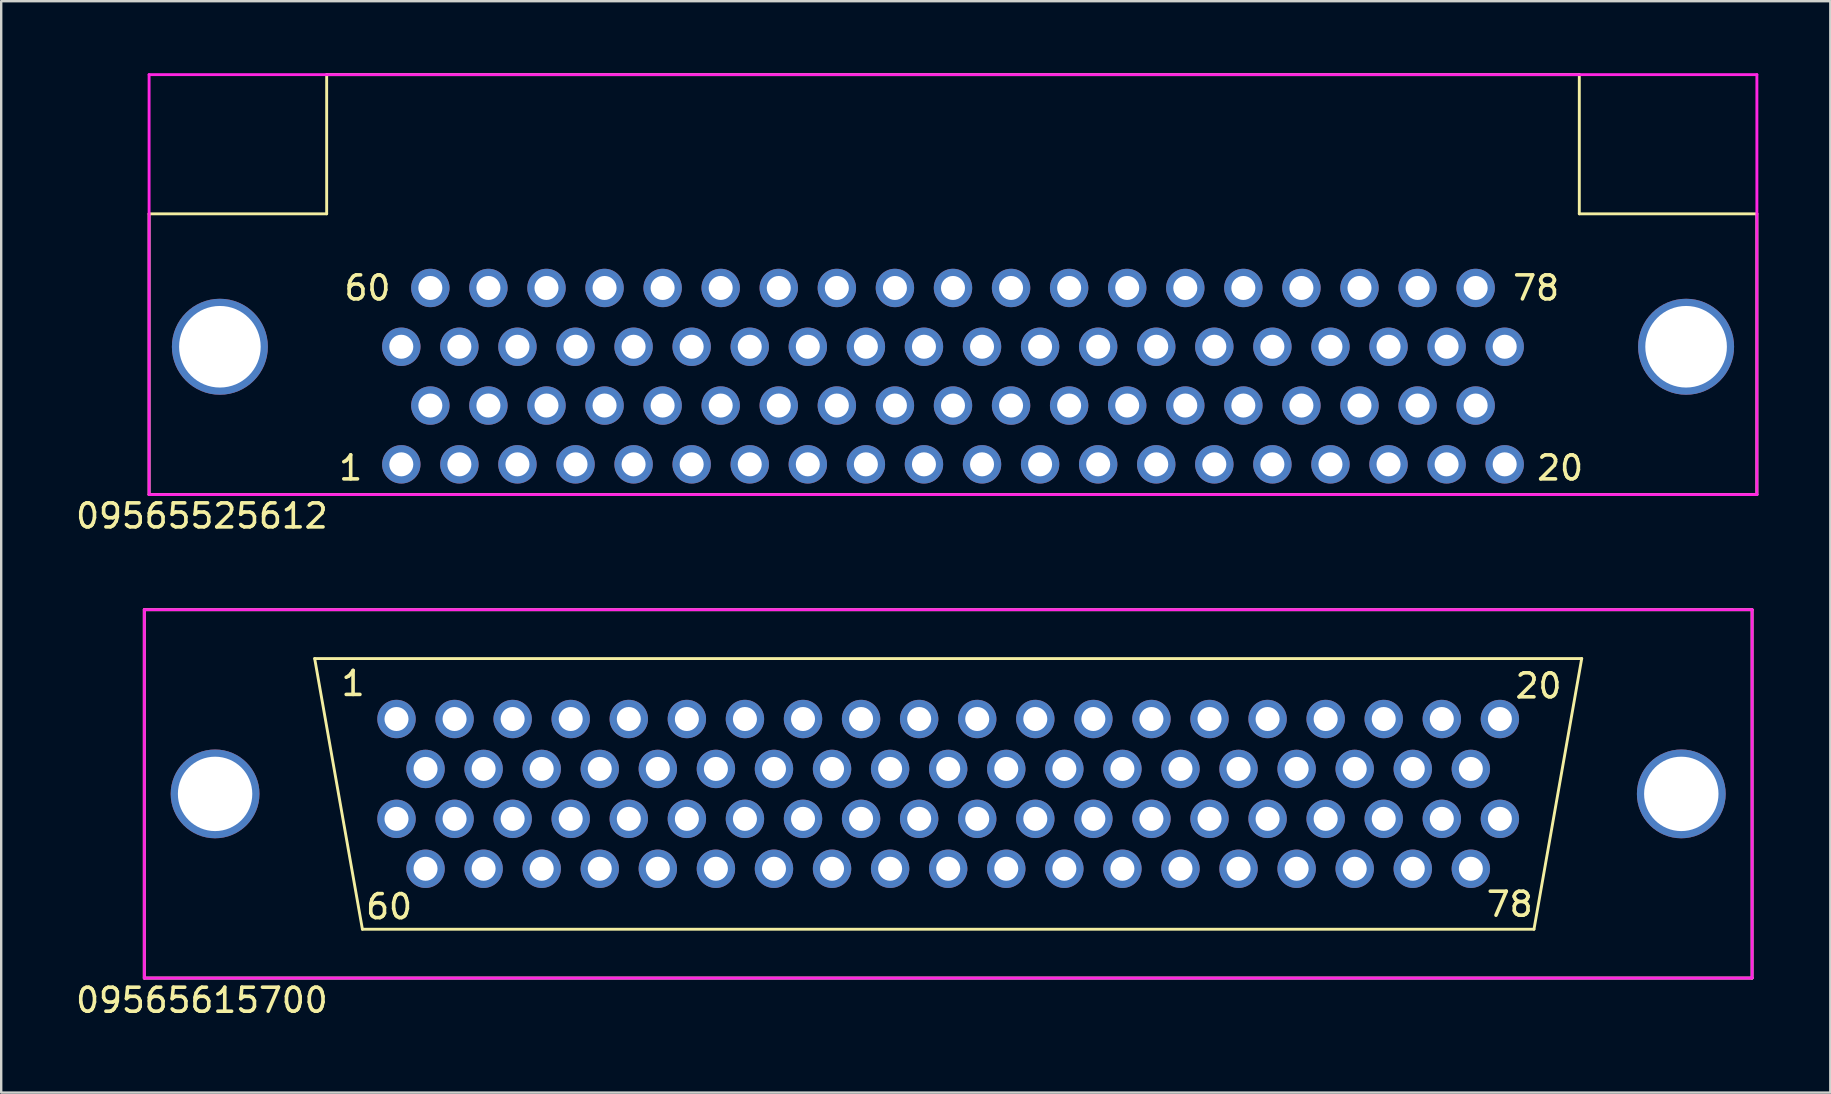
<source format=kicad_pcb>
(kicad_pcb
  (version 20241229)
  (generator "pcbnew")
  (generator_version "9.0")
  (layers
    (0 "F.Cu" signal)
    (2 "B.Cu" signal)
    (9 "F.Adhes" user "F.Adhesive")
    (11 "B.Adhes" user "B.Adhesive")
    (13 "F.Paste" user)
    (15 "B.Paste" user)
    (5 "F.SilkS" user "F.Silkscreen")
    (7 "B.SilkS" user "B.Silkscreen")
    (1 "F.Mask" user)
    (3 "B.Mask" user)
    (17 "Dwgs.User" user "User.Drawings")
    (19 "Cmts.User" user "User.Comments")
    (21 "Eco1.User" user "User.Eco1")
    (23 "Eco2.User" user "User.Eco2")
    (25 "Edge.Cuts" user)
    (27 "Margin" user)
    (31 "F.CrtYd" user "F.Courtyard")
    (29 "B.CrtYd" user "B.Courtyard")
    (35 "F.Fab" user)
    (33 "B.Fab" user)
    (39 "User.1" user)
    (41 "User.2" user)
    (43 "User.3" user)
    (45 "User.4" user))
  (footprint "09565615700"
    (layer "F.Cu")
    (at 36.463 30.033)
    (property "Reference" "09565615700" (at -31.1 8.6 0) (layer "F.SilkS") (effects (font (size 1 1) (thickness 0.15))))
    (attr through_hole)
    (fp_line (start -33.5 -7.675) (end 33.5 -7.675) (stroke (width 0.12) (type solid)) (layer "F.SilkS"))
    (fp_line (start -33.5 7.675) (end -33.5 -7.675) (stroke (width 0.12) (type solid)) (layer "F.SilkS"))
    (fp_line (start -26.4 -5.64) (end -24.411 5.64) (stroke (width 0.12) (type solid)) (layer "F.SilkS"))
    (fp_line (start -26.4 -5.64) (end 26.4 -5.64) (stroke (width 0.12) (type solid)) (layer "F.SilkS"))
    (fp_line (start -24.411 5.64) (end 24.411 5.64) (stroke (width 0.12) (type solid)) (layer "F.SilkS"))
    (fp_line (start 26.4 -5.64) (end 24.411 5.64) (stroke (width 0.12) (type solid)) (layer "F.SilkS"))
    (fp_line (start 33.5 -7.675) (end 33.5 7.675) (stroke (width 0.12) (type solid)) (layer "F.SilkS"))
    (fp_line (start 33.5 7.675) (end -33.5 7.675) (stroke (width 0.12) (type solid)) (layer "F.SilkS"))
    (fp_line (start -33.5 -7.675) (end 33.5 -7.675) (stroke (width 0.12) (type solid)) (layer "F.CrtYd"))
    (fp_line (start -33.5 7.675) (end -33.5 -7.675) (stroke (width 0.12) (type solid)) (layer "F.CrtYd"))
    (fp_line (start 33.5 -7.675) (end 33.5 7.675) (stroke (width 0.12) (type solid)) (layer "F.CrtYd"))
    (fp_line (start 33.5 7.675) (end -33.5 7.675) (stroke (width 0.12) (type solid)) (layer "F.CrtYd"))
    (fp_text user "78" (at 23.4 4.6 180) (layer "F.SilkS") (effects (font (size 1 1) (thickness 0.15))))
    (fp_text user "1" (at -24.8 -4.6 0) (layer "F.SilkS") (effects (font (size 1 1) (thickness 0.15))))
    (fp_text user "20" (at 24.6 -4.5 180) (layer "F.SilkS") (effects (font (size 1 1) (thickness 0.15))))
    (fp_text user "60" (at -23.3 4.7 180) (layer "F.SilkS") (effects (font (size 1 1) (thickness 0.15))))
    (pad "1" thru_hole circle (at -22.99 -3.12 180) (size 1.6 1.6) (drill 1) (layers "*.Cu" "*.Mask"))
    (pad "2" thru_hole circle (at -20.57 -3.12 180) (size 1.6 1.6) (drill 1) (layers "*.Cu" "*.Mask"))
    (pad "3" thru_hole circle (at -18.15 -3.12 180) (size 1.6 1.6) (drill 1) (layers "*.Cu" "*.Mask"))
    (pad "4" thru_hole circle (at -15.73 -3.12 180) (size 1.6 1.6) (drill 1) (layers "*.Cu" "*.Mask"))
    (pad "5" thru_hole circle (at -13.31 -3.12 180) (size 1.6 1.6) (drill 1) (layers "*.Cu" "*.Mask"))
    (pad "6" thru_hole circle (at -10.89 -3.12 180) (size 1.6 1.6) (drill 1) (layers "*.Cu" "*.Mask"))
    (pad "7" thru_hole circle (at -8.47 -3.12 180) (size 1.6 1.6) (drill 1) (layers "*.Cu" "*.Mask"))
    (pad "8" thru_hole circle (at -6.05 -3.12 180) (size 1.6 1.6) (drill 1) (layers "*.Cu" "*.Mask"))
    (pad "9" thru_hole circle (at -3.63 -3.12 180) (size 1.6 1.6) (drill 1) (layers "*.Cu" "*.Mask"))
    (pad "10" thru_hole circle (at -1.21 -3.12 180) (size 1.6 1.6) (drill 1) (layers "*.Cu" "*.Mask"))
    (pad "11" thru_hole circle (at 1.21 -3.12 180) (size 1.6 1.6) (drill 1) (layers "*.Cu" "*.Mask"))
    (pad "12" thru_hole circle (at 3.63 -3.12 180) (size 1.6 1.6) (drill 1) (layers "*.Cu" "*.Mask"))
    (pad "13" thru_hole circle (at 6.05 -3.12 180) (size 1.6 1.6) (drill 1) (layers "*.Cu" "*.Mask"))
    (pad "14" thru_hole circle (at 8.47 -3.12 180) (size 1.6 1.6) (drill 1) (layers "*.Cu" "*.Mask"))
    (pad "15" thru_hole circle (at 10.89 -3.12 180) (size 1.6 1.6) (drill 1) (layers "*.Cu" "*.Mask"))
    (pad "16" thru_hole circle (at 13.31 -3.12 180) (size 1.6 1.6) (drill 1) (layers "*.Cu" "*.Mask"))
    (pad "17" thru_hole circle (at 15.73 -3.12 180) (size 1.6 1.6) (drill 1) (layers "*.Cu" "*.Mask"))
    (pad "18" thru_hole circle (at 18.15 -3.12 180) (size 1.6 1.6) (drill 1) (layers "*.Cu" "*.Mask"))
    (pad "19" thru_hole circle (at 20.57 -3.12 180) (size 1.6 1.6) (drill 1) (layers "*.Cu" "*.Mask"))
    (pad "20" thru_hole circle (at 22.99 -3.12 180) (size 1.6 1.6) (drill 1) (layers "*.Cu" "*.Mask"))
    (pad "21" thru_hole circle (at -21.78 -1.04 180) (size 1.6 1.6) (drill 1) (layers "*.Cu" "*.Mask"))
    (pad "22" thru_hole circle (at -19.36 -1.04 180) (size 1.6 1.6) (drill 1) (layers "*.Cu" "*.Mask"))
    (pad "23" thru_hole circle (at -16.94 -1.04 180) (size 1.6 1.6) (drill 1) (layers "*.Cu" "*.Mask"))
    (pad "24" thru_hole circle (at -14.52 -1.04 180) (size 1.6 1.6) (drill 1) (layers "*.Cu" "*.Mask"))
    (pad "25" thru_hole circle (at -12.1 -1.04 180) (size 1.6 1.6) (drill 1) (layers "*.Cu" "*.Mask"))
    (pad "26" thru_hole circle (at -9.68 -1.04 180) (size 1.6 1.6) (drill 1) (layers "*.Cu" "*.Mask"))
    (pad "27" thru_hole circle (at -7.26 -1.04 180) (size 1.6 1.6) (drill 1) (layers "*.Cu" "*.Mask"))
    (pad "28" thru_hole circle (at -4.84 -1.04 180) (size 1.6 1.6) (drill 1) (layers "*.Cu" "*.Mask"))
    (pad "29" thru_hole circle (at -2.42 -1.04 180) (size 1.6 1.6) (drill 1) (layers "*.Cu" "*.Mask"))
    (pad "30" thru_hole circle (at 0 -1.04 180) (size 1.6 1.6) (drill 1) (layers "*.Cu" "*.Mask"))
    (pad "31" thru_hole circle (at 2.42 -1.04 180) (size 1.6 1.6) (drill 1) (layers "*.Cu" "*.Mask"))
    (pad "32" thru_hole circle (at 4.84 -1.04 180) (size 1.6 1.6) (drill 1) (layers "*.Cu" "*.Mask"))
    (pad "33" thru_hole circle (at 7.26 -1.04 180) (size 1.6 1.6) (drill 1) (layers "*.Cu" "*.Mask"))
    (pad "34" thru_hole circle (at 9.68 -1.04 180) (size 1.6 1.6) (drill 1) (layers "*.Cu" "*.Mask"))
    (pad "35" thru_hole circle (at 12.1 -1.04 180) (size 1.6 1.6) (drill 1) (layers "*.Cu" "*.Mask"))
    (pad "36" thru_hole circle (at 14.52 -1.04 180) (size 1.6 1.6) (drill 1) (layers "*.Cu" "*.Mask"))
    (pad "37" thru_hole circle (at 16.94 -1.04 180) (size 1.6 1.6) (drill 1) (layers "*.Cu" "*.Mask"))
    (pad "38" thru_hole circle (at 19.36 -1.04 180) (size 1.6 1.6) (drill 1) (layers "*.Cu" "*.Mask"))
    (pad "39" thru_hole circle (at 21.78 -1.04 180) (size 1.6 1.6) (drill 1) (layers "*.Cu" "*.Mask"))
    (pad "40" thru_hole circle (at -22.99 1.04 180) (size 1.6 1.6) (drill 1) (layers "*.Cu" "*.Mask"))
    (pad "41" thru_hole circle (at -20.57 1.04 180) (size 1.6 1.6) (drill 1) (layers "*.Cu" "*.Mask"))
    (pad "42" thru_hole circle (at -18.15 1.04 180) (size 1.6 1.6) (drill 1) (layers "*.Cu" "*.Mask"))
    (pad "43" thru_hole circle (at -15.73 1.04 180) (size 1.6 1.6) (drill 1) (layers "*.Cu" "*.Mask"))
    (pad "44" thru_hole circle (at -13.31 1.04 180) (size 1.6 1.6) (drill 1) (layers "*.Cu" "*.Mask"))
    (pad "45" thru_hole circle (at -10.89 1.04 180) (size 1.6 1.6) (drill 1) (layers "*.Cu" "*.Mask"))
    (pad "46" thru_hole circle (at -8.47 1.04 180) (size 1.6 1.6) (drill 1) (layers "*.Cu" "*.Mask"))
    (pad "47" thru_hole circle (at -6.05 1.04 180) (size 1.6 1.6) (drill 1) (layers "*.Cu" "*.Mask"))
    (pad "48" thru_hole circle (at -3.63 1.04 180) (size 1.6 1.6) (drill 1) (layers "*.Cu" "*.Mask"))
    (pad "49" thru_hole circle (at -1.21 1.04 180) (size 1.6 1.6) (drill 1) (layers "*.Cu" "*.Mask"))
    (pad "50" thru_hole circle (at 1.21 1.04 180) (size 1.6 1.6) (drill 1) (layers "*.Cu" "*.Mask"))
    (pad "51" thru_hole circle (at 3.63 1.04 180) (size 1.6 1.6) (drill 1) (layers "*.Cu" "*.Mask"))
    (pad "52" thru_hole circle (at 6.05 1.04 180) (size 1.6 1.6) (drill 1) (layers "*.Cu" "*.Mask"))
    (pad "53" thru_hole circle (at 8.47 1.04 180) (size 1.6 1.6) (drill 1) (layers "*.Cu" "*.Mask"))
    (pad "54" thru_hole circle (at 10.89 1.04 180) (size 1.6 1.6) (drill 1) (layers "*.Cu" "*.Mask"))
    (pad "55" thru_hole circle (at 13.31 1.04 180) (size 1.6 1.6) (drill 1) (layers "*.Cu" "*.Mask"))
    (pad "56" thru_hole circle (at 15.73 1.04 180) (size 1.6 1.6) (drill 1) (layers "*.Cu" "*.Mask"))
    (pad "57" thru_hole circle (at 18.15 1.04 180) (size 1.6 1.6) (drill 1) (layers "*.Cu" "*.Mask"))
    (pad "58" thru_hole circle (at 20.57 1.04 180) (size 1.6 1.6) (drill 1) (layers "*.Cu" "*.Mask"))
    (pad "59" thru_hole circle (at 22.99 1.04 180) (size 1.6 1.6) (drill 1) (layers "*.Cu" "*.Mask"))
    (pad "60" thru_hole circle (at -21.78 3.12 180) (size 1.6 1.6) (drill 1) (layers "*.Cu" "*.Mask"))
    (pad "61" thru_hole circle (at -19.36 3.12 180) (size 1.6 1.6) (drill 1) (layers "*.Cu" "*.Mask"))
    (pad "62" thru_hole circle (at -16.94 3.12 180) (size 1.6 1.6) (drill 1) (layers "*.Cu" "*.Mask"))
    (pad "63" thru_hole circle (at -14.52 3.12 180) (size 1.6 1.6) (drill 1) (layers "*.Cu" "*.Mask"))
    (pad "64" thru_hole circle (at -12.1 3.12 180) (size 1.6 1.6) (drill 1) (layers "*.Cu" "*.Mask"))
    (pad "65" thru_hole circle (at -9.68 3.12 180) (size 1.6 1.6) (drill 1) (layers "*.Cu" "*.Mask"))
    (pad "66" thru_hole circle (at -7.26 3.12 180) (size 1.6 1.6) (drill 1) (layers "*.Cu" "*.Mask"))
    (pad "67" thru_hole circle (at -4.84 3.12 180) (size 1.6 1.6) (drill 1) (layers "*.Cu" "*.Mask"))
    (pad "68" thru_hole circle (at -2.42 3.12 180) (size 1.6 1.6) (drill 1) (layers "*.Cu" "*.Mask"))
    (pad "69" thru_hole circle (at 0 3.12 180) (size 1.6 1.6) (drill 1) (layers "*.Cu" "*.Mask"))
    (pad "70" thru_hole circle (at 2.42 3.12 180) (size 1.6 1.6) (drill 1) (layers "*.Cu" "*.Mask"))
    (pad "71" thru_hole circle (at 4.84 3.12 180) (size 1.6 1.6) (drill 1) (layers "*.Cu" "*.Mask"))
    (pad "72" thru_hole circle (at 7.26 3.12 180) (size 1.6 1.6) (drill 1) (layers "*.Cu" "*.Mask"))
    (pad "73" thru_hole circle (at 9.68 3.12 180) (size 1.6 1.6) (drill 1) (layers "*.Cu" "*.Mask"))
    (pad "74" thru_hole circle (at 12.1 3.12 180) (size 1.6 1.6) (drill 1) (layers "*.Cu" "*.Mask"))
    (pad "75" thru_hole circle (at 14.52 3.12 180) (size 1.6 1.6) (drill 1) (layers "*.Cu" "*.Mask"))
    (pad "76" thru_hole circle (at 16.94 3.12 180) (size 1.6 1.6) (drill 1) (layers "*.Cu" "*.Mask"))
    (pad "77" thru_hole circle (at 19.36 3.12 180) (size 1.6 1.6) (drill 1) (layers "*.Cu" "*.Mask"))
    (pad "78" thru_hole circle (at 21.78 3.12 180) (size 1.6 1.6) (drill 1) (layers "*.Cu" "*.Mask"))
    (pad "SLD" thru_hole circle (at -30.55 0) (size 3.7 3.7) (drill 3.1) (layers "*.Cu" "*.Mask"))
    (pad "SLD" thru_hole circle (at 30.55 0) (size 3.7 3.7) (drill 3.1) (layers "*.Cu" "*.Mask")))
  (footprint "09565525612"
    (layer "F.Cu")
    (at 36.663 8.95)
    (property "Reference" "09565525612" (at -31.3 9.5 0) (layer "F.SilkS") (effects (font (size 1 1) (thickness 0.15))))
    (attr through_hole)
    (fp_line (start -33.5 -3.09) (end -26.1 -3.09) (stroke (width 0.12) (type solid)) (layer "F.SilkS"))
    (fp_line (start -33.5 8.61) (end -33.5 -3.09) (stroke (width 0.12) (type solid)) (layer "F.SilkS"))
    (fp_line (start -26.1 -8.89) (end -26.1 -3.09) (stroke (width 0.12) (type solid)) (layer "F.SilkS"))
    (fp_line (start -26.1 -8.89) (end 26.1 -8.89) (stroke (width 0.12) (type solid)) (layer "F.SilkS"))
    (fp_line (start 26.1 -8.89) (end 26.1 -3.09) (stroke (width 0.12) (type solid)) (layer "F.SilkS"))
    (fp_line (start 33.5 -3.09) (end 26.1 -3.09) (stroke (width 0.12) (type solid)) (layer "F.SilkS"))
    (fp_line (start 33.5 -3.09) (end 33.5 8.61) (stroke (width 0.12) (type solid)) (layer "F.SilkS"))
    (fp_line (start 33.5 8.61) (end -33.5 8.61) (stroke (width 0.12) (type solid)) (layer "F.SilkS"))
    (fp_line (start -33.5 -8.89) (end 33.5 -8.89) (stroke (width 0.12) (type solid)) (layer "F.CrtYd"))
    (fp_line (start -33.5 8.61) (end -33.5 -8.89) (stroke (width 0.12) (type solid)) (layer "F.CrtYd"))
    (fp_line (start 33.5 -8.89) (end 33.5 8.61) (stroke (width 0.12) (type solid)) (layer "F.CrtYd"))
    (fp_line (start 33.5 8.61) (end -33.5 8.61) (stroke (width 0.12) (type solid)) (layer "F.CrtYd"))
    (fp_text user "1" (at -25.1 7.5 0) (layer "F.SilkS") (effects (font (size 1 1) (thickness 0.15))))
    (fp_text user "20" (at 25.3 7.5 0) (layer "F.SilkS") (effects (font (size 1 1) (thickness 0.15))))
    (fp_text user "78" (at 24.3 0 0) (layer "F.SilkS") (effects (font (size 1 1) (thickness 0.15))))
    (fp_text user "60" (at -24.4 0 0) (layer "F.SilkS") (effects (font (size 1 1) (thickness 0.15))))
    (pad "1" thru_hole circle (at -22.99 7.35) (size 1.6 1.6) (drill 1) (layers "*.Cu" "*.Mask"))
    (pad "2" thru_hole circle (at -20.57 7.35) (size 1.6 1.6) (drill 1) (layers "*.Cu" "*.Mask"))
    (pad "3" thru_hole circle (at -18.15 7.35) (size 1.6 1.6) (drill 1) (layers "*.Cu" "*.Mask"))
    (pad "4" thru_hole circle (at -15.73 7.35) (size 1.6 1.6) (drill 1) (layers "*.Cu" "*.Mask"))
    (pad "5" thru_hole circle (at -13.31 7.35) (size 1.6 1.6) (drill 1) (layers "*.Cu" "*.Mask"))
    (pad "6" thru_hole circle (at -10.89 7.35) (size 1.6 1.6) (drill 1) (layers "*.Cu" "*.Mask"))
    (pad "7" thru_hole circle (at -8.47 7.35) (size 1.6 1.6) (drill 1) (layers "*.Cu" "*.Mask"))
    (pad "8" thru_hole circle (at -6.05 7.35) (size 1.6 1.6) (drill 1) (layers "*.Cu" "*.Mask"))
    (pad "9" thru_hole circle (at -3.63 7.35) (size 1.6 1.6) (drill 1) (layers "*.Cu" "*.Mask"))
    (pad "10" thru_hole circle (at -1.21 7.35) (size 1.6 1.6) (drill 1) (layers "*.Cu" "*.Mask"))
    (pad "11" thru_hole circle (at 1.21 7.35) (size 1.6 1.6) (drill 1) (layers "*.Cu" "*.Mask"))
    (pad "12" thru_hole circle (at 3.63 7.35) (size 1.6 1.6) (drill 1) (layers "*.Cu" "*.Mask"))
    (pad "13" thru_hole circle (at 6.05 7.35) (size 1.6 1.6) (drill 1) (layers "*.Cu" "*.Mask"))
    (pad "14" thru_hole circle (at 8.47 7.35) (size 1.6 1.6) (drill 1) (layers "*.Cu" "*.Mask"))
    (pad "15" thru_hole circle (at 10.89 7.35) (size 1.6 1.6) (drill 1) (layers "*.Cu" "*.Mask"))
    (pad "16" thru_hole circle (at 13.31 7.35) (size 1.6 1.6) (drill 1) (layers "*.Cu" "*.Mask"))
    (pad "17" thru_hole circle (at 15.73 7.35) (size 1.6 1.6) (drill 1) (layers "*.Cu" "*.Mask"))
    (pad "18" thru_hole circle (at 18.15 7.35) (size 1.6 1.6) (drill 1) (layers "*.Cu" "*.Mask"))
    (pad "19" thru_hole circle (at 20.57 7.35) (size 1.6 1.6) (drill 1) (layers "*.Cu" "*.Mask"))
    (pad "20" thru_hole circle (at 22.99 7.35) (size 1.6 1.6) (drill 1) (layers "*.Cu" "*.Mask"))
    (pad "21" thru_hole circle (at -21.78 4.9) (size 1.6 1.6) (drill 1) (layers "*.Cu" "*.Mask"))
    (pad "22" thru_hole circle (at -19.36 4.9) (size 1.6 1.6) (drill 1) (layers "*.Cu" "*.Mask"))
    (pad "23" thru_hole circle (at -16.94 4.9) (size 1.6 1.6) (drill 1) (layers "*.Cu" "*.Mask"))
    (pad "24" thru_hole circle (at -14.52 4.9) (size 1.6 1.6) (drill 1) (layers "*.Cu" "*.Mask"))
    (pad "25" thru_hole circle (at -12.1 4.9) (size 1.6 1.6) (drill 1) (layers "*.Cu" "*.Mask"))
    (pad "26" thru_hole circle (at -9.68 4.9) (size 1.6 1.6) (drill 1) (layers "*.Cu" "*.Mask"))
    (pad "27" thru_hole circle (at -7.26 4.9) (size 1.6 1.6) (drill 1) (layers "*.Cu" "*.Mask"))
    (pad "28" thru_hole circle (at -4.84 4.9) (size 1.6 1.6) (drill 1) (layers "*.Cu" "*.Mask"))
    (pad "29" thru_hole circle (at -2.42 4.9) (size 1.6 1.6) (drill 1) (layers "*.Cu" "*.Mask"))
    (pad "30" thru_hole circle (at 0 4.9) (size 1.6 1.6) (drill 1) (layers "*.Cu" "*.Mask"))
    (pad "31" thru_hole circle (at 2.42 4.9) (size 1.6 1.6) (drill 1) (layers "*.Cu" "*.Mask"))
    (pad "32" thru_hole circle (at 4.84 4.9) (size 1.6 1.6) (drill 1) (layers "*.Cu" "*.Mask"))
    (pad "33" thru_hole circle (at 7.26 4.9) (size 1.6 1.6) (drill 1) (layers "*.Cu" "*.Mask"))
    (pad "34" thru_hole circle (at 9.68 4.9) (size 1.6 1.6) (drill 1) (layers "*.Cu" "*.Mask"))
    (pad "35" thru_hole circle (at 12.1 4.9) (size 1.6 1.6) (drill 1) (layers "*.Cu" "*.Mask"))
    (pad "36" thru_hole circle (at 14.52 4.9) (size 1.6 1.6) (drill 1) (layers "*.Cu" "*.Mask"))
    (pad "37" thru_hole circle (at 16.94 4.9) (size 1.6 1.6) (drill 1) (layers "*.Cu" "*.Mask"))
    (pad "38" thru_hole circle (at 19.36 4.9) (size 1.6 1.6) (drill 1) (layers "*.Cu" "*.Mask"))
    (pad "39" thru_hole circle (at 21.78 4.9) (size 1.6 1.6) (drill 1) (layers "*.Cu" "*.Mask"))
    (pad "40" thru_hole circle (at -22.99 2.45) (size 1.6 1.6) (drill 1) (layers "*.Cu" "*.Mask"))
    (pad "41" thru_hole circle (at -20.57 2.45) (size 1.6 1.6) (drill 1) (layers "*.Cu" "*.Mask"))
    (pad "42" thru_hole circle (at -18.15 2.45) (size 1.6 1.6) (drill 1) (layers "*.Cu" "*.Mask"))
    (pad "43" thru_hole circle (at -15.73 2.45) (size 1.6 1.6) (drill 1) (layers "*.Cu" "*.Mask"))
    (pad "44" thru_hole circle (at -13.31 2.45) (size 1.6 1.6) (drill 1) (layers "*.Cu" "*.Mask"))
    (pad "45" thru_hole circle (at -10.89 2.45) (size 1.6 1.6) (drill 1) (layers "*.Cu" "*.Mask"))
    (pad "46" thru_hole circle (at -8.47 2.45) (size 1.6 1.6) (drill 1) (layers "*.Cu" "*.Mask"))
    (pad "47" thru_hole circle (at -6.05 2.45) (size 1.6 1.6) (drill 1) (layers "*.Cu" "*.Mask"))
    (pad "48" thru_hole circle (at -3.63 2.45) (size 1.6 1.6) (drill 1) (layers "*.Cu" "*.Mask"))
    (pad "49" thru_hole circle (at -1.21 2.45) (size 1.6 1.6) (drill 1) (layers "*.Cu" "*.Mask"))
    (pad "50" thru_hole circle (at 1.21 2.45) (size 1.6 1.6) (drill 1) (layers "*.Cu" "*.Mask"))
    (pad "51" thru_hole circle (at 3.63 2.45) (size 1.6 1.6) (drill 1) (layers "*.Cu" "*.Mask"))
    (pad "52" thru_hole circle (at 6.05 2.45) (size 1.6 1.6) (drill 1) (layers "*.Cu" "*.Mask"))
    (pad "53" thru_hole circle (at 8.47 2.45) (size 1.6 1.6) (drill 1) (layers "*.Cu" "*.Mask"))
    (pad "54" thru_hole circle (at 10.89 2.45) (size 1.6 1.6) (drill 1) (layers "*.Cu" "*.Mask"))
    (pad "55" thru_hole circle (at 13.31 2.45) (size 1.6 1.6) (drill 1) (layers "*.Cu" "*.Mask"))
    (pad "56" thru_hole circle (at 15.73 2.45) (size 1.6 1.6) (drill 1) (layers "*.Cu" "*.Mask"))
    (pad "57" thru_hole circle (at 18.15 2.45) (size 1.6 1.6) (drill 1) (layers "*.Cu" "*.Mask"))
    (pad "58" thru_hole circle (at 20.57 2.45) (size 1.6 1.6) (drill 1) (layers "*.Cu" "*.Mask"))
    (pad "59" thru_hole circle (at 22.99 2.45) (size 1.6 1.6) (drill 1) (layers "*.Cu" "*.Mask"))
    (pad "60" thru_hole circle (at -21.78 0) (size 1.6 1.6) (drill 1) (layers "*.Cu" "*.Mask"))
    (pad "61" thru_hole circle (at -19.36 0) (size 1.6 1.6) (drill 1) (layers "*.Cu" "*.Mask"))
    (pad "62" thru_hole circle (at -16.94 0) (size 1.6 1.6) (drill 1) (layers "*.Cu" "*.Mask"))
    (pad "63" thru_hole circle (at -14.52 0) (size 1.6 1.6) (drill 1) (layers "*.Cu" "*.Mask"))
    (pad "64" thru_hole circle (at -12.1 0) (size 1.6 1.6) (drill 1) (layers "*.Cu" "*.Mask"))
    (pad "65" thru_hole circle (at -9.68 0) (size 1.6 1.6) (drill 1) (layers "*.Cu" "*.Mask"))
    (pad "66" thru_hole circle (at -7.26 0) (size 1.6 1.6) (drill 1) (layers "*.Cu" "*.Mask"))
    (pad "67" thru_hole circle (at -4.84 0) (size 1.6 1.6) (drill 1) (layers "*.Cu" "*.Mask"))
    (pad "68" thru_hole circle (at -2.42 0) (size 1.6 1.6) (drill 1) (layers "*.Cu" "*.Mask"))
    (pad "69" thru_hole circle (at 0 0) (size 1.6 1.6) (drill 1) (layers "*.Cu" "*.Mask"))
    (pad "70" thru_hole circle (at 2.42 0) (size 1.6 1.6) (drill 1) (layers "*.Cu" "*.Mask"))
    (pad "71" thru_hole circle (at 4.84 0) (size 1.6 1.6) (drill 1) (layers "*.Cu" "*.Mask"))
    (pad "72" thru_hole circle (at 7.26 0) (size 1.6 1.6) (drill 1) (layers "*.Cu" "*.Mask"))
    (pad "73" thru_hole circle (at 9.68 0) (size 1.6 1.6) (drill 1) (layers "*.Cu" "*.Mask"))
    (pad "74" thru_hole circle (at 12.1 0) (size 1.6 1.6) (drill 1) (layers "*.Cu" "*.Mask"))
    (pad "75" thru_hole circle (at 14.52 0) (size 1.6 1.6) (drill 1) (layers "*.Cu" "*.Mask"))
    (pad "76" thru_hole circle (at 16.94 0) (size 1.6 1.6) (drill 1) (layers "*.Cu" "*.Mask"))
    (pad "77" thru_hole circle (at 19.36 0) (size 1.6 1.6) (drill 1) (layers "*.Cu" "*.Mask"))
    (pad "78" thru_hole circle (at 21.78 0) (size 1.6 1.6) (drill 1) (layers "*.Cu" "*.Mask"))
    (pad "SLD" thru_hole circle (at -30.55 2.45) (size 4 4) (drill 3.4) (layers "*.Cu" "*.Mask"))
    (pad "SLD" thru_hole circle (at 30.55 2.45) (size 4 4) (drill 3.4) (layers "*.Cu" "*.Mask")))
  (gr_rect
    (start -3 -3)
    (end 73.223 42.481)
    (stroke (width 0.1) (type default))
    (fill no)
    (layer "Edge.Cuts")))
</source>
